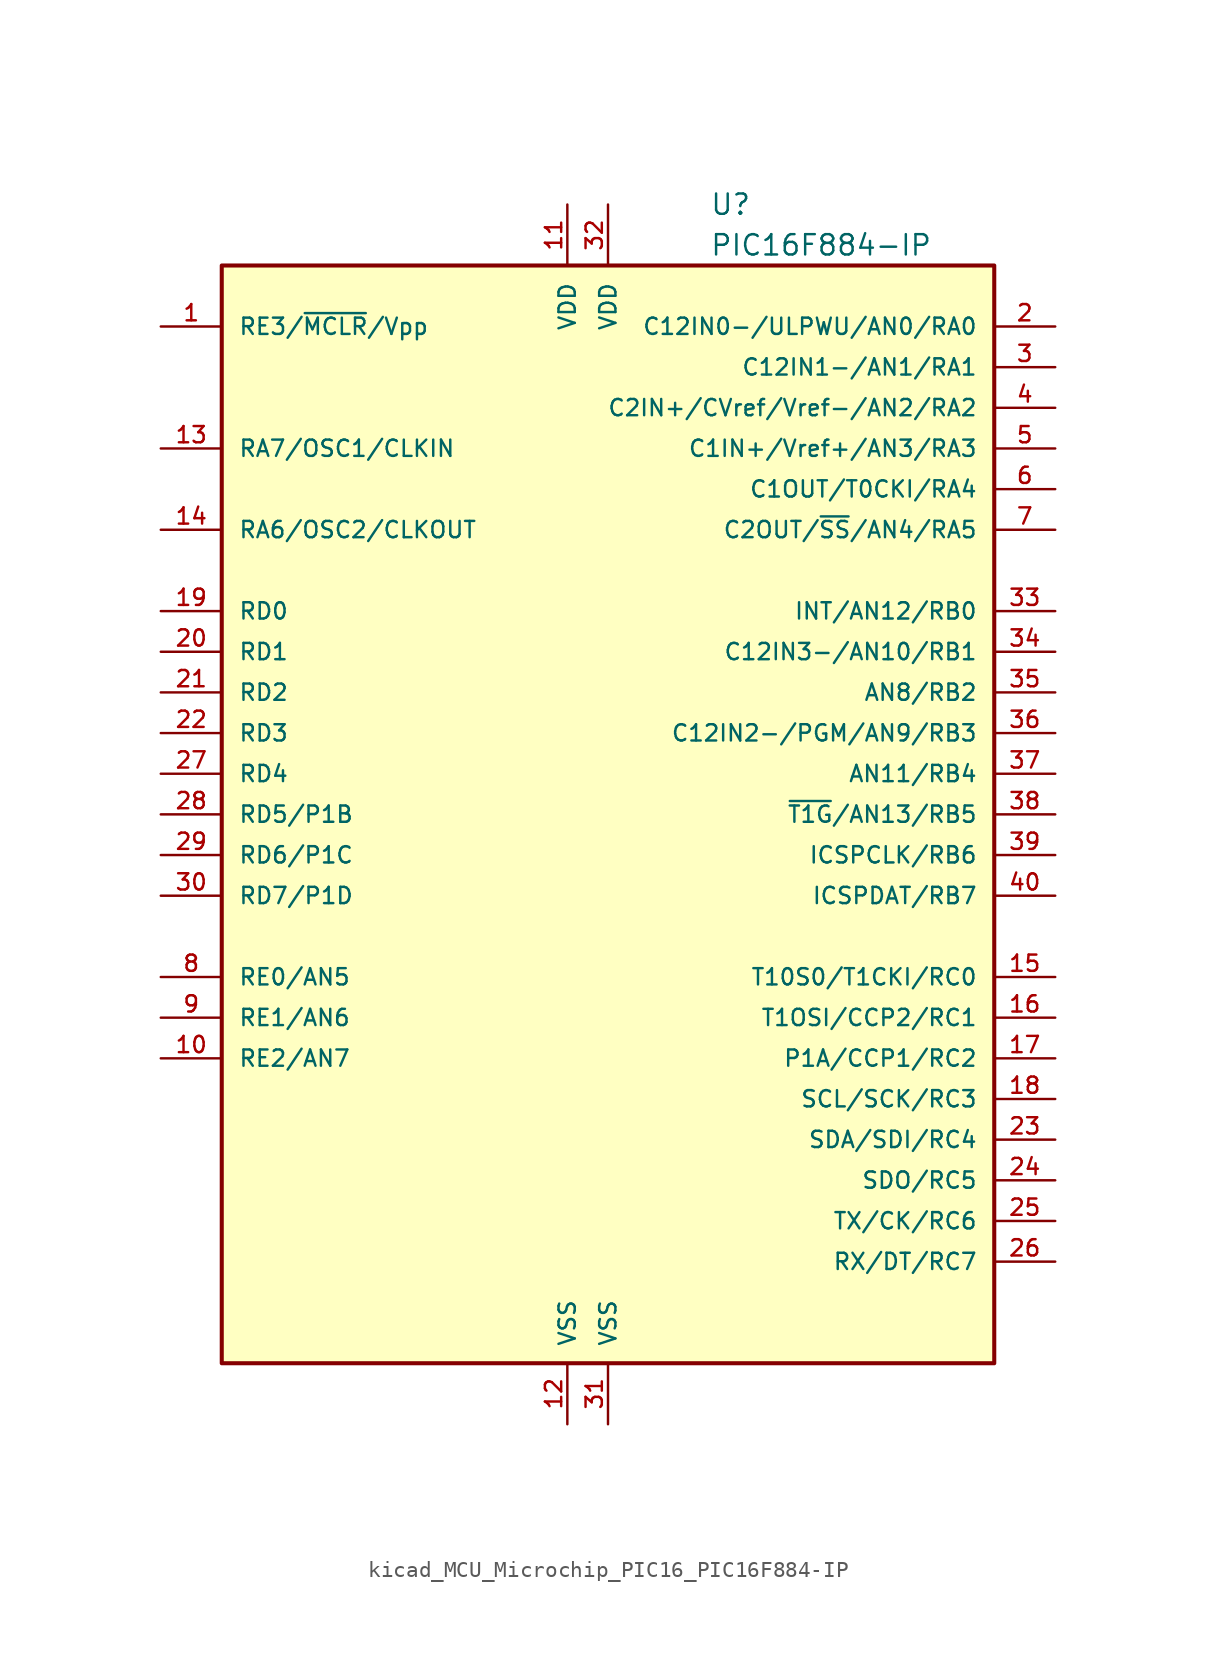
<source format=kicad_sym>
(kicad_symbol_lib
  (version 20220914)
  (generator kicad_symbol_editor)
  (symbol "kicad_MCU_Microchip_PIC16_PIC16F884-IP"
    (pin_names
      (offset 1.016))
    (property "Reference" "U"
      (at 6.35 38.1 0)
      (effects (font (size 1.27 1.27)) (justify left)))
    (property "Value" "PIC16F884-IP"
      (at 6.35 35.56 0)
      (effects (font (size 1.27 1.27)) (justify left)))
    (symbol "kicad_MCU_Microchip_PIC16_PIC16F884-IP_0_1"
      (rectangle (start -24.13 -34.29) (end 24.13 34.29) (stroke (width 0.254) (type default)) (fill (type background))))
    (symbol "kicad_MCU_Microchip_PIC16_PIC16F884-IP_1_1"
      (pin input line (at -27.94 30.48 0) (length 3.81) (name "RE3/~{MCLR}/Vpp" (effects (font (size 1.016 1.016)))) (number "1" (effects (font (size 1.016 1.016)))))
      (pin bidirectional line (at -27.94 -15.24 0) (length 3.81) (name "RE2/AN7" (effects (font (size 1.016 1.016)))) (number "10" (effects (font (size 1.016 1.016)))))
      (pin power_in line (at -2.54 38.1 270) (length 3.81) (name "VDD" (effects (font (size 1.016 1.016)))) (number "11" (effects (font (size 1.016 1.016)))))
      (pin power_in line (at -2.54 -38.1 90) (length 3.81) (name "VSS" (effects (font (size 1.016 1.016)))) (number "12" (effects (font (size 1.016 1.016)))))
      (pin bidirectional line (at -27.94 22.86 0) (length 3.81) (name "RA7/OSC1/CLKIN" (effects (font (size 1.016 1.016)))) (number "13" (effects (font (size 1.016 1.016)))))
      (pin bidirectional line (at -27.94 17.78 0) (length 3.81) (name "RA6/OSC2/CLKOUT" (effects (font (size 1.016 1.016)))) (number "14" (effects (font (size 1.016 1.016)))))
      (pin bidirectional line (at 27.94 -10.16 180) (length 3.81) (name "T10S0/T1CKI/RC0" (effects (font (size 1.016 1.016)))) (number "15" (effects (font (size 1.016 1.016)))))
      (pin bidirectional line (at 27.94 -12.7 180) (length 3.81) (name "T1OSI/CCP2/RC1" (effects (font (size 1.016 1.016)))) (number "16" (effects (font (size 1.016 1.016)))))
      (pin bidirectional line (at 27.94 -15.24 180) (length 3.81) (name "P1A/CCP1/RC2" (effects (font (size 1.016 1.016)))) (number "17" (effects (font (size 1.016 1.016)))))
      (pin bidirectional line (at 27.94 -17.78 180) (length 3.81) (name "SCL/SCK/RC3" (effects (font (size 1.016 1.016)))) (number "18" (effects (font (size 1.016 1.016)))))
      (pin bidirectional line (at -27.94 12.7 0) (length 3.81) (name "RD0" (effects (font (size 1.016 1.016)))) (number "19" (effects (font (size 1.016 1.016)))))
      (pin bidirectional line (at 27.94 30.48 180) (length 3.81) (name "C12IN0-/ULPWU/AN0/RA0" (effects (font (size 1.016 1.016)))) (number "2" (effects (font (size 1.016 1.016)))))
      (pin bidirectional line (at -27.94 10.16 0) (length 3.81) (name "RD1" (effects (font (size 1.016 1.016)))) (number "20" (effects (font (size 1.016 1.016)))))
      (pin bidirectional line (at -27.94 7.62 0) (length 3.81) (name "RD2" (effects (font (size 1.016 1.016)))) (number "21" (effects (font (size 1.016 1.016)))))
      (pin bidirectional line (at -27.94 5.08 0) (length 3.81) (name "RD3" (effects (font (size 1.016 1.016)))) (number "22" (effects (font (size 1.016 1.016)))))
      (pin bidirectional line (at 27.94 -20.32 180) (length 3.81) (name "SDA/SDI/RC4" (effects (font (size 1.016 1.016)))) (number "23" (effects (font (size 1.016 1.016)))))
      (pin bidirectional line (at 27.94 -22.86 180) (length 3.81) (name "SDO/RC5" (effects (font (size 1.016 1.016)))) (number "24" (effects (font (size 1.016 1.016)))))
      (pin bidirectional line (at 27.94 -25.4 180) (length 3.81) (name "TX/CK/RC6" (effects (font (size 1.016 1.016)))) (number "25" (effects (font (size 1.016 1.016)))))
      (pin bidirectional line (at 27.94 -27.94 180) (length 3.81) (name "RX/DT/RC7" (effects (font (size 1.016 1.016)))) (number "26" (effects (font (size 1.016 1.016)))))
      (pin bidirectional line (at -27.94 2.54 0) (length 3.81) (name "RD4" (effects (font (size 1.016 1.016)))) (number "27" (effects (font (size 1.016 1.016)))))
      (pin bidirectional line (at -27.94 0 0) (length 3.81) (name "RD5/P1B" (effects (font (size 1.016 1.016)))) (number "28" (effects (font (size 1.016 1.016)))))
      (pin bidirectional line (at -27.94 -2.54 0) (length 3.81) (name "RD6/P1C" (effects (font (size 1.016 1.016)))) (number "29" (effects (font (size 1.016 1.016)))))
      (pin bidirectional line (at 27.94 27.94 180) (length 3.81) (name "C12IN1-/AN1/RA1" (effects (font (size 1.016 1.016)))) (number "3" (effects (font (size 1.016 1.016)))))
      (pin bidirectional line (at -27.94 -5.08 0) (length 3.81) (name "RD7/P1D" (effects (font (size 1.016 1.016)))) (number "30" (effects (font (size 1.016 1.016)))))
      (pin power_in line (at 0 -38.1 90) (length 3.81) (name "VSS" (effects (font (size 1.016 1.016)))) (number "31" (effects (font (size 1.016 1.016)))))
      (pin power_in line (at 0 38.1 270) (length 3.81) (name "VDD" (effects (font (size 1.016 1.016)))) (number "32" (effects (font (size 1.016 1.016)))))
      (pin bidirectional line (at 27.94 12.7 180) (length 3.81) (name "INT/AN12/RB0" (effects (font (size 1.016 1.016)))) (number "33" (effects (font (size 1.016 1.016)))))
      (pin bidirectional line (at 27.94 10.16 180) (length 3.81) (name "C12IN3-/AN10/RB1" (effects (font (size 1.016 1.016)))) (number "34" (effects (font (size 1.016 1.016)))))
      (pin bidirectional line (at 27.94 7.62 180) (length 3.81) (name "AN8/RB2" (effects (font (size 1.016 1.016)))) (number "35" (effects (font (size 1.016 1.016)))))
      (pin bidirectional line (at 27.94 5.08 180) (length 3.81) (name "C12IN2-/PGM/AN9/RB3" (effects (font (size 1.016 1.016)))) (number "36" (effects (font (size 1.016 1.016)))))
      (pin bidirectional line (at 27.94 2.54 180) (length 3.81) (name "AN11/RB4" (effects (font (size 1.016 1.016)))) (number "37" (effects (font (size 1.016 1.016)))))
      (pin bidirectional line (at 27.94 0 180) (length 3.81) (name "~{T1G}/AN13/RB5" (effects (font (size 1.016 1.016)))) (number "38" (effects (font (size 1.016 1.016)))))
      (pin bidirectional line (at 27.94 -2.54 180) (length 3.81) (name "ICSPCLK/RB6" (effects (font (size 1.016 1.016)))) (number "39" (effects (font (size 1.016 1.016)))))
      (pin bidirectional line (at 27.94 25.4 180) (length 3.81) (name "C2IN+/CVref/Vref-/AN2/RA2" (effects (font (size 1.016 1.016)))) (number "4" (effects (font (size 1.016 1.016)))))
      (pin bidirectional line (at 27.94 -5.08 180) (length 3.81) (name "ICSPDAT/RB7" (effects (font (size 1.016 1.016)))) (number "40" (effects (font (size 1.016 1.016)))))
      (pin bidirectional line (at 27.94 22.86 180) (length 3.81) (name "C1IN+/Vref+/AN3/RA3" (effects (font (size 1.016 1.016)))) (number "5" (effects (font (size 1.016 1.016)))))
      (pin bidirectional line (at 27.94 20.32 180) (length 3.81) (name "C1OUT/T0CKI/RA4" (effects (font (size 1.016 1.016)))) (number "6" (effects (font (size 1.016 1.016)))))
      (pin bidirectional line (at 27.94 17.78 180) (length 3.81) (name "C2OUT/~{SS}/AN4/RA5" (effects (font (size 1.016 1.016)))) (number "7" (effects (font (size 1.016 1.016)))))
      (pin bidirectional line (at -27.94 -10.16 0) (length 3.81) (name "RE0/AN5" (effects (font (size 1.016 1.016)))) (number "8" (effects (font (size 1.016 1.016)))))
      (pin bidirectional line (at -27.94 -12.7 0) (length 3.81) (name "RE1/AN6" (effects (font (size 1.016 1.016)))) (number "9" (effects (font (size 1.016 1.016))))))))
</source>
